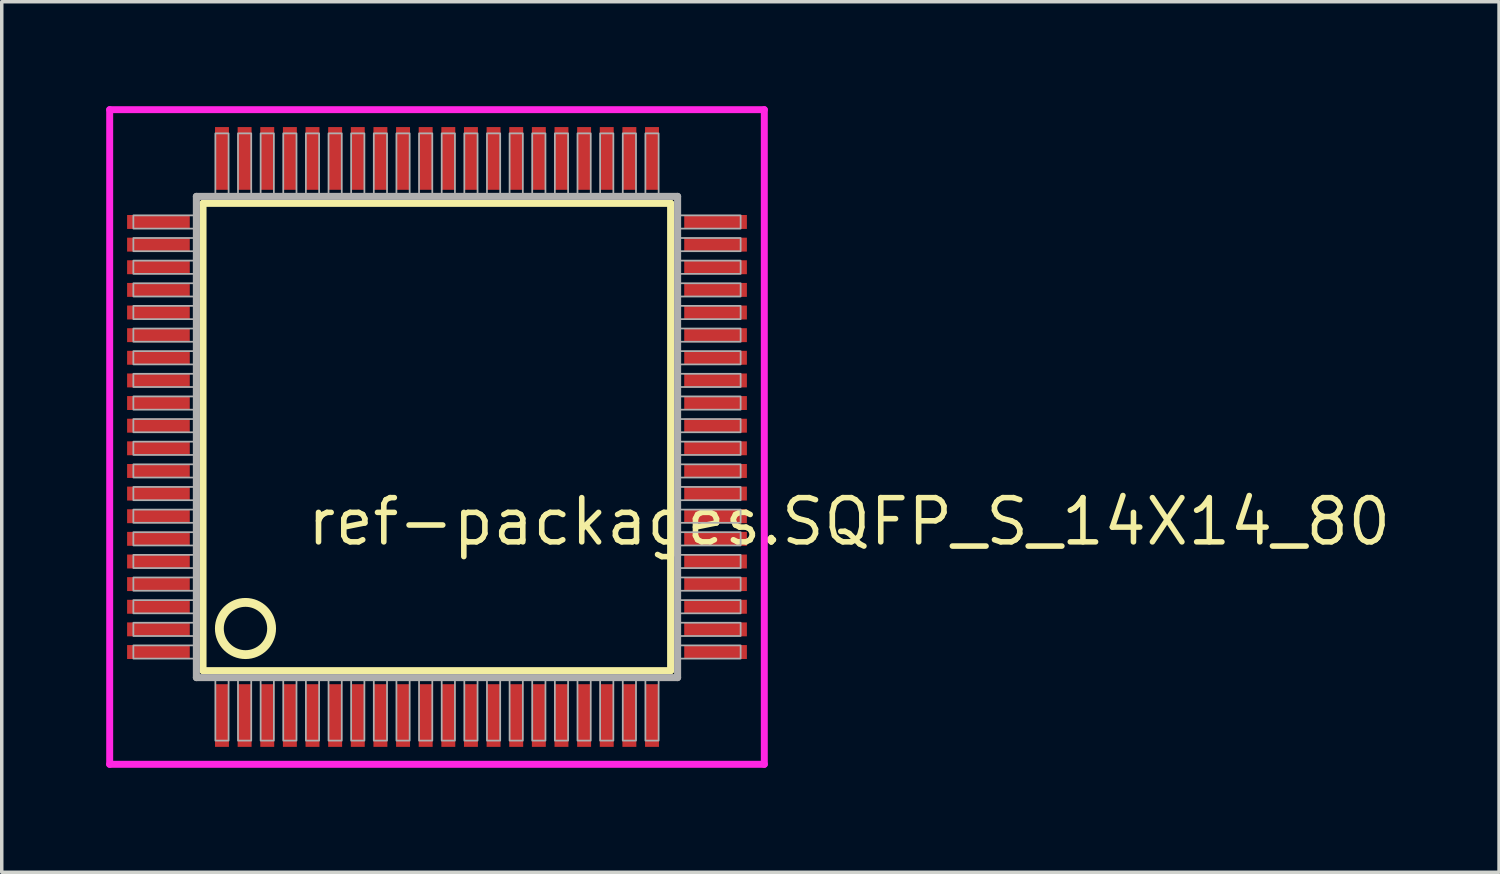
<source format=kicad_pcb>
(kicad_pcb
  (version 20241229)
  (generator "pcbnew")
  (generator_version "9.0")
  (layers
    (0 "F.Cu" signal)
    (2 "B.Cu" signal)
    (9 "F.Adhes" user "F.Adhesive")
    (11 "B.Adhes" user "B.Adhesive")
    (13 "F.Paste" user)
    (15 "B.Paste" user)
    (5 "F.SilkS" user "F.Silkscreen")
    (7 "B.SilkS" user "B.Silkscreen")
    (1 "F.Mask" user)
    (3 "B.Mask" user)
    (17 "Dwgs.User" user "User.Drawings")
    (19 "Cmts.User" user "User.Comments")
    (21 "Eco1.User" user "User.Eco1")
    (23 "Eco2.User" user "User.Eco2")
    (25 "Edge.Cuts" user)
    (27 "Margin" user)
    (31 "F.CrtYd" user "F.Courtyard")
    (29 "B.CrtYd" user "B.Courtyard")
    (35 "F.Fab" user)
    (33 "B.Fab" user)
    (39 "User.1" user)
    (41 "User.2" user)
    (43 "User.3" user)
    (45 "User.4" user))
  (footprint "ref-packages.SQFP_S_14X14_80"
    (layer "F.Cu")
    (at 9.5 9.5)
    (property "Reference" "ref-packages.SQFP_S_14X14_80" (at -3.81 3.175 0) (layer "F.SilkS") (effects (font (size 1.27 1.27) (thickness 0.16)) (justify left bottom)))
    (attr smd)
    (fp_line (start -6.72 -6.71) (end 6.71 -6.71) (stroke (width 0.203) (type default)) (layer "F.SilkS"))
    (fp_line (start -6.72 6.71) (end -6.72 -6.71) (stroke (width 0.203) (type default)) (layer "F.SilkS"))
    (fp_line (start 6.71 -6.71) (end 6.71 6.71) (stroke (width 0.203) (type default)) (layer "F.SilkS"))
    (fp_line (start 6.71 6.71) (end -6.72 6.71) (stroke (width 0.203) (type default)) (layer "F.SilkS"))
    (fp_circle (center -5.5 5.5) (end -4.75 5.5) (stroke (width 0.254) (type default)) (fill no) (layer "F.SilkS"))
    (fp_line (start -9.4 -9.4) (end 9.4 -9.4) (stroke (width 0.2) (type default)) (layer "F.CrtYd"))
    (fp_line (start -9.4 9.4) (end -9.4 -9.4) (stroke (width 0.2) (type default)) (layer "F.CrtYd"))
    (fp_line (start 9.4 -9.4) (end 9.4 9.4) (stroke (width 0.2) (type default)) (layer "F.CrtYd"))
    (fp_line (start 9.4 9.4) (end -9.4 9.4) (stroke (width 0.2) (type default)) (layer "F.CrtYd"))
    (fp_line (start -6.91 -6.91) (end -6.91 6.91) (stroke (width 0.203) (type default)) (layer "F.Fab"))
    (fp_line (start -6.91 6.91) (end 6.91 6.91) (stroke (width 0.203) (type default)) (layer "F.Fab"))
    (fp_line (start 6.91 -6.91) (end -6.91 -6.91) (stroke (width 0.203) (type default)) (layer "F.Fab"))
    (fp_line (start 6.91 6.91) (end 6.91 -6.91) (stroke (width 0.203) (type default)) (layer "F.Fab"))
    (fp_rect (start -8.72 -5.985) (end -6.95 -6.365) (stroke (width 0.05) (type default)) (fill no) (layer "F.Fab"))
    (fp_rect (start -8.72 -5.335) (end -6.95 -5.715) (stroke (width 0.05) (type default)) (fill no) (layer "F.Fab"))
    (fp_rect (start -8.72 -4.685) (end -6.95 -5.065) (stroke (width 0.05) (type default)) (fill no) (layer "F.Fab"))
    (fp_rect (start -8.72 -4.035) (end -6.95 -4.415) (stroke (width 0.05) (type default)) (fill no) (layer "F.Fab"))
    (fp_rect (start -8.72 -3.385) (end -6.95 -3.765) (stroke (width 0.05) (type default)) (fill no) (layer "F.Fab"))
    (fp_rect (start -8.72 -2.735) (end -6.95 -3.115) (stroke (width 0.05) (type default)) (fill no) (layer "F.Fab"))
    (fp_rect (start -8.72 -2.085) (end -6.95 -2.465) (stroke (width 0.05) (type default)) (fill no) (layer "F.Fab"))
    (fp_rect (start -8.72 -1.435) (end -6.95 -1.815) (stroke (width 0.05) (type default)) (fill no) (layer "F.Fab"))
    (fp_rect (start -8.72 -0.785) (end -6.95 -1.165) (stroke (width 0.05) (type default)) (fill no) (layer "F.Fab"))
    (fp_rect (start -8.72 -0.135) (end -6.95 -0.515) (stroke (width 0.05) (type default)) (fill no) (layer "F.Fab"))
    (fp_rect (start -8.72 0.515) (end -6.95 0.135) (stroke (width 0.05) (type default)) (fill no) (layer "F.Fab"))
    (fp_rect (start -8.72 1.165) (end -6.95 0.785) (stroke (width 0.05) (type default)) (fill no) (layer "F.Fab"))
    (fp_rect (start -8.72 1.815) (end -6.95 1.435) (stroke (width 0.05) (type default)) (fill no) (layer "F.Fab"))
    (fp_rect (start -8.72 2.465) (end -6.95 2.085) (stroke (width 0.05) (type default)) (fill no) (layer "F.Fab"))
    (fp_rect (start -8.72 3.115) (end -6.95 2.735) (stroke (width 0.05) (type default)) (fill no) (layer "F.Fab"))
    (fp_rect (start -8.72 3.765) (end -6.95 3.385) (stroke (width 0.05) (type default)) (fill no) (layer "F.Fab"))
    (fp_rect (start -8.72 4.415) (end -6.95 4.035) (stroke (width 0.05) (type default)) (fill no) (layer "F.Fab"))
    (fp_rect (start -8.72 5.065) (end -6.95 4.685) (stroke (width 0.05) (type default)) (fill no) (layer "F.Fab"))
    (fp_rect (start -8.72 5.715) (end -6.95 5.335) (stroke (width 0.05) (type default)) (fill no) (layer "F.Fab"))
    (fp_rect (start -8.72 6.365) (end -6.95 5.985) (stroke (width 0.05) (type default)) (fill no) (layer "F.Fab"))
    (fp_rect (start -6.365 -6.95) (end -5.985 -8.72) (stroke (width 0.05) (type default)) (fill no) (layer "F.Fab"))
    (fp_rect (start -6.365 8.72) (end -5.985 6.95) (stroke (width 0.05) (type default)) (fill no) (layer "F.Fab"))
    (fp_rect (start -5.715 -6.95) (end -5.335 -8.72) (stroke (width 0.05) (type default)) (fill no) (layer "F.Fab"))
    (fp_rect (start -5.715 8.72) (end -5.335 6.95) (stroke (width 0.05) (type default)) (fill no) (layer "F.Fab"))
    (fp_rect (start -5.065 -6.95) (end -4.685 -8.72) (stroke (width 0.05) (type default)) (fill no) (layer "F.Fab"))
    (fp_rect (start -5.065 8.72) (end -4.685 6.95) (stroke (width 0.05) (type default)) (fill no) (layer "F.Fab"))
    (fp_rect (start -4.415 -6.95) (end -4.035 -8.72) (stroke (width 0.05) (type default)) (fill no) (layer "F.Fab"))
    (fp_rect (start -4.415 8.72) (end -4.035 6.95) (stroke (width 0.05) (type default)) (fill no) (layer "F.Fab"))
    (fp_rect (start -3.765 -6.95) (end -3.385 -8.72) (stroke (width 0.05) (type default)) (fill no) (layer "F.Fab"))
    (fp_rect (start -3.765 8.72) (end -3.385 6.95) (stroke (width 0.05) (type default)) (fill no) (layer "F.Fab"))
    (fp_rect (start -3.115 -6.95) (end -2.735 -8.72) (stroke (width 0.05) (type default)) (fill no) (layer "F.Fab"))
    (fp_rect (start -3.115 8.72) (end -2.735 6.95) (stroke (width 0.05) (type default)) (fill no) (layer "F.Fab"))
    (fp_rect (start -2.465 -6.95) (end -2.085 -8.72) (stroke (width 0.05) (type default)) (fill no) (layer "F.Fab"))
    (fp_rect (start -2.465 8.72) (end -2.085 6.95) (stroke (width 0.05) (type default)) (fill no) (layer "F.Fab"))
    (fp_rect (start -1.815 -6.95) (end -1.435 -8.72) (stroke (width 0.05) (type default)) (fill no) (layer "F.Fab"))
    (fp_rect (start -1.815 8.72) (end -1.435 6.95) (stroke (width 0.05) (type default)) (fill no) (layer "F.Fab"))
    (fp_rect (start -1.165 -6.95) (end -0.785 -8.72) (stroke (width 0.05) (type default)) (fill no) (layer "F.Fab"))
    (fp_rect (start -1.165 8.72) (end -0.785 6.95) (stroke (width 0.05) (type default)) (fill no) (layer "F.Fab"))
    (fp_rect (start -0.515 -6.95) (end -0.135 -8.72) (stroke (width 0.05) (type default)) (fill no) (layer "F.Fab"))
    (fp_rect (start -0.515 8.72) (end -0.135 6.95) (stroke (width 0.05) (type default)) (fill no) (layer "F.Fab"))
    (fp_rect (start 0.135 -6.95) (end 0.515 -8.72) (stroke (width 0.05) (type default)) (fill no) (layer "F.Fab"))
    (fp_rect (start 0.135 8.72) (end 0.515 6.95) (stroke (width 0.05) (type default)) (fill no) (layer "F.Fab"))
    (fp_rect (start 0.785 -6.95) (end 1.165 -8.72) (stroke (width 0.05) (type default)) (fill no) (layer "F.Fab"))
    (fp_rect (start 0.785 8.72) (end 1.165 6.95) (stroke (width 0.05) (type default)) (fill no) (layer "F.Fab"))
    (fp_rect (start 1.435 -6.95) (end 1.815 -8.72) (stroke (width 0.05) (type default)) (fill no) (layer "F.Fab"))
    (fp_rect (start 1.435 8.72) (end 1.815 6.95) (stroke (width 0.05) (type default)) (fill no) (layer "F.Fab"))
    (fp_rect (start 2.085 -6.95) (end 2.465 -8.72) (stroke (width 0.05) (type default)) (fill no) (layer "F.Fab"))
    (fp_rect (start 2.085 8.72) (end 2.465 6.95) (stroke (width 0.05) (type default)) (fill no) (layer "F.Fab"))
    (fp_rect (start 2.735 -6.95) (end 3.115 -8.72) (stroke (width 0.05) (type default)) (fill no) (layer "F.Fab"))
    (fp_rect (start 2.735 8.72) (end 3.115 6.95) (stroke (width 0.05) (type default)) (fill no) (layer "F.Fab"))
    (fp_rect (start 3.385 -6.95) (end 3.765 -8.72) (stroke (width 0.05) (type default)) (fill no) (layer "F.Fab"))
    (fp_rect (start 3.385 8.72) (end 3.765 6.95) (stroke (width 0.05) (type default)) (fill no) (layer "F.Fab"))
    (fp_rect (start 4.035 -6.95) (end 4.415 -8.72) (stroke (width 0.05) (type default)) (fill no) (layer "F.Fab"))
    (fp_rect (start 4.035 8.72) (end 4.415 6.95) (stroke (width 0.05) (type default)) (fill no) (layer "F.Fab"))
    (fp_rect (start 4.685 -6.95) (end 5.065 -8.72) (stroke (width 0.05) (type default)) (fill no) (layer "F.Fab"))
    (fp_rect (start 4.685 8.72) (end 5.065 6.95) (stroke (width 0.05) (type default)) (fill no) (layer "F.Fab"))
    (fp_rect (start 5.335 -6.95) (end 5.715 -8.72) (stroke (width 0.05) (type default)) (fill no) (layer "F.Fab"))
    (fp_rect (start 5.335 8.72) (end 5.715 6.95) (stroke (width 0.05) (type default)) (fill no) (layer "F.Fab"))
    (fp_rect (start 5.985 -6.95) (end 6.365 -8.72) (stroke (width 0.05) (type default)) (fill no) (layer "F.Fab"))
    (fp_rect (start 5.985 8.72) (end 6.365 6.95) (stroke (width 0.05) (type default)) (fill no) (layer "F.Fab"))
    (fp_rect (start 6.95 -5.985) (end 8.72 -6.365) (stroke (width 0.05) (type default)) (fill no) (layer "F.Fab"))
    (fp_rect (start 6.95 -5.335) (end 8.72 -5.715) (stroke (width 0.05) (type default)) (fill no) (layer "F.Fab"))
    (fp_rect (start 6.95 -4.685) (end 8.72 -5.065) (stroke (width 0.05) (type default)) (fill no) (layer "F.Fab"))
    (fp_rect (start 6.95 -4.035) (end 8.72 -4.415) (stroke (width 0.05) (type default)) (fill no) (layer "F.Fab"))
    (fp_rect (start 6.95 -3.385) (end 8.72 -3.765) (stroke (width 0.05) (type default)) (fill no) (layer "F.Fab"))
    (fp_rect (start 6.95 -2.735) (end 8.72 -3.115) (stroke (width 0.05) (type default)) (fill no) (layer "F.Fab"))
    (fp_rect (start 6.95 -2.085) (end 8.72 -2.465) (stroke (width 0.05) (type default)) (fill no) (layer "F.Fab"))
    (fp_rect (start 6.95 -1.435) (end 8.72 -1.815) (stroke (width 0.05) (type default)) (fill no) (layer "F.Fab"))
    (fp_rect (start 6.95 -0.785) (end 8.72 -1.165) (stroke (width 0.05) (type default)) (fill no) (layer "F.Fab"))
    (fp_rect (start 6.95 -0.135) (end 8.72 -0.515) (stroke (width 0.05) (type default)) (fill no) (layer "F.Fab"))
    (fp_rect (start 6.95 0.515) (end 8.72 0.135) (stroke (width 0.05) (type default)) (fill no) (layer "F.Fab"))
    (fp_rect (start 6.95 1.165) (end 8.72 0.785) (stroke (width 0.05) (type default)) (fill no) (layer "F.Fab"))
    (fp_rect (start 6.95 1.815) (end 8.72 1.435) (stroke (width 0.05) (type default)) (fill no) (layer "F.Fab"))
    (fp_rect (start 6.95 2.465) (end 8.72 2.085) (stroke (width 0.05) (type default)) (fill no) (layer "F.Fab"))
    (fp_rect (start 6.95 3.115) (end 8.72 2.735) (stroke (width 0.05) (type default)) (fill no) (layer "F.Fab"))
    (fp_rect (start 6.95 3.765) (end 8.72 3.385) (stroke (width 0.05) (type default)) (fill no) (layer "F.Fab"))
    (fp_rect (start 6.95 4.415) (end 8.72 4.035) (stroke (width 0.05) (type default)) (fill no) (layer "F.Fab"))
    (fp_rect (start 6.95 5.065) (end 8.72 4.685) (stroke (width 0.05) (type default)) (fill no) (layer "F.Fab"))
    (fp_rect (start 6.95 5.715) (end 8.72 5.335) (stroke (width 0.05) (type default)) (fill no) (layer "F.Fab"))
    (fp_rect (start 6.95 6.365) (end 8.72 5.985) (stroke (width 0.05) (type default)) (fill no) (layer "F.Fab"))
    (pad "1" smd roundrect (at -6.175 8) (size 0.4 1.8) (layers "F.Cu" "F.Mask" "F.Paste") (roundrect_rratio 0.01))
    (pad "2" smd roundrect (at -5.525 8) (size 0.4 1.8) (layers "F.Cu" "F.Mask" "F.Paste") (roundrect_rratio 0.01))
    (pad "3" smd roundrect (at -4.875 8) (size 0.4 1.8) (layers "F.Cu" "F.Mask" "F.Paste") (roundrect_rratio 0.01))
    (pad "4" smd roundrect (at -4.225 8) (size 0.4 1.8) (layers "F.Cu" "F.Mask" "F.Paste") (roundrect_rratio 0.01))
    (pad "5" smd roundrect (at -3.575 8) (size 0.4 1.8) (layers "F.Cu" "F.Mask" "F.Paste") (roundrect_rratio 0.01))
    (pad "6" smd roundrect (at -2.925 8) (size 0.4 1.8) (layers "F.Cu" "F.Mask" "F.Paste") (roundrect_rratio 0.01))
    (pad "7" smd roundrect (at -2.275 8) (size 0.4 1.8) (layers "F.Cu" "F.Mask" "F.Paste") (roundrect_rratio 0.01))
    (pad "8" smd roundrect (at -1.625 8) (size 0.4 1.8) (layers "F.Cu" "F.Mask" "F.Paste") (roundrect_rratio 0.01))
    (pad "9" smd roundrect (at -0.975 8) (size 0.4 1.8) (layers "F.Cu" "F.Mask" "F.Paste") (roundrect_rratio 0.01))
    (pad "10" smd roundrect (at -0.325 8) (size 0.4 1.8) (layers "F.Cu" "F.Mask" "F.Paste") (roundrect_rratio 0.01))
    (pad "11" smd roundrect (at 0.325 8) (size 0.4 1.8) (layers "F.Cu" "F.Mask" "F.Paste") (roundrect_rratio 0.01))
    (pad "12" smd roundrect (at 0.975 8) (size 0.4 1.8) (layers "F.Cu" "F.Mask" "F.Paste") (roundrect_rratio 0.01))
    (pad "13" smd roundrect (at 1.625 8) (size 0.4 1.8) (layers "F.Cu" "F.Mask" "F.Paste") (roundrect_rratio 0.01))
    (pad "14" smd roundrect (at 2.275 8) (size 0.4 1.8) (layers "F.Cu" "F.Mask" "F.Paste") (roundrect_rratio 0.01))
    (pad "15" smd roundrect (at 2.925 8) (size 0.4 1.8) (layers "F.Cu" "F.Mask" "F.Paste") (roundrect_rratio 0.01))
    (pad "16" smd roundrect (at 3.575 8) (size 0.4 1.8) (layers "F.Cu" "F.Mask" "F.Paste") (roundrect_rratio 0.01))
    (pad "17" smd roundrect (at 4.225 8) (size 0.4 1.8) (layers "F.Cu" "F.Mask" "F.Paste") (roundrect_rratio 0.01))
    (pad "18" smd roundrect (at 4.875 8) (size 0.4 1.8) (layers "F.Cu" "F.Mask" "F.Paste") (roundrect_rratio 0.01))
    (pad "19" smd roundrect (at 5.525 8) (size 0.4 1.8) (layers "F.Cu" "F.Mask" "F.Paste") (roundrect_rratio 0.01))
    (pad "20" smd roundrect (at 6.175 8) (size 0.4 1.8) (layers "F.Cu" "F.Mask" "F.Paste") (roundrect_rratio 0.01))
    (pad "21" smd roundrect (at 8 6.175) (size 1.8 0.4) (layers "F.Cu" "F.Mask" "F.Paste") (roundrect_rratio 0.01))
    (pad "22" smd roundrect (at 8 5.525) (size 1.8 0.4) (layers "F.Cu" "F.Mask" "F.Paste") (roundrect_rratio 0.01))
    (pad "23" smd roundrect (at 8 4.875) (size 1.8 0.4) (layers "F.Cu" "F.Mask" "F.Paste") (roundrect_rratio 0.01))
    (pad "24" smd roundrect (at 8 4.225) (size 1.8 0.4) (layers "F.Cu" "F.Mask" "F.Paste") (roundrect_rratio 0.01))
    (pad "25" smd roundrect (at 8 3.575) (size 1.8 0.4) (layers "F.Cu" "F.Mask" "F.Paste") (roundrect_rratio 0.01))
    (pad "26" smd roundrect (at 8 2.925) (size 1.8 0.4) (layers "F.Cu" "F.Mask" "F.Paste") (roundrect_rratio 0.01))
    (pad "27" smd roundrect (at 8 2.275) (size 1.8 0.4) (layers "F.Cu" "F.Mask" "F.Paste") (roundrect_rratio 0.01))
    (pad "28" smd roundrect (at 8 1.625) (size 1.8 0.4) (layers "F.Cu" "F.Mask" "F.Paste") (roundrect_rratio 0.01))
    (pad "29" smd roundrect (at 8 0.975) (size 1.8 0.4) (layers "F.Cu" "F.Mask" "F.Paste") (roundrect_rratio 0.01))
    (pad "30" smd roundrect (at 8 0.325) (size 1.8 0.4) (layers "F.Cu" "F.Mask" "F.Paste") (roundrect_rratio 0.01))
    (pad "31" smd roundrect (at 8 -0.325) (size 1.8 0.4) (layers "F.Cu" "F.Mask" "F.Paste") (roundrect_rratio 0.01))
    (pad "32" smd roundrect (at 8 -0.975) (size 1.8 0.4) (layers "F.Cu" "F.Mask" "F.Paste") (roundrect_rratio 0.01))
    (pad "33" smd roundrect (at 8 -1.625) (size 1.8 0.4) (layers "F.Cu" "F.Mask" "F.Paste") (roundrect_rratio 0.01))
    (pad "34" smd roundrect (at 8 -2.275) (size 1.8 0.4) (layers "F.Cu" "F.Mask" "F.Paste") (roundrect_rratio 0.01))
    (pad "35" smd roundrect (at 8 -2.925) (size 1.8 0.4) (layers "F.Cu" "F.Mask" "F.Paste") (roundrect_rratio 0.01))
    (pad "36" smd roundrect (at 8 -3.575) (size 1.8 0.4) (layers "F.Cu" "F.Mask" "F.Paste") (roundrect_rratio 0.01))
    (pad "37" smd roundrect (at 8 -4.225) (size 1.8 0.4) (layers "F.Cu" "F.Mask" "F.Paste") (roundrect_rratio 0.01))
    (pad "38" smd roundrect (at 8 -4.875) (size 1.8 0.4) (layers "F.Cu" "F.Mask" "F.Paste") (roundrect_rratio 0.01))
    (pad "39" smd roundrect (at 8 -5.525) (size 1.8 0.4) (layers "F.Cu" "F.Mask" "F.Paste") (roundrect_rratio 0.01))
    (pad "40" smd roundrect (at 8 -6.175) (size 1.8 0.4) (layers "F.Cu" "F.Mask" "F.Paste") (roundrect_rratio 0.01))
    (pad "41" smd roundrect (at 6.175 -8) (size 0.4 1.8) (layers "F.Cu" "F.Mask" "F.Paste") (roundrect_rratio 0.01))
    (pad "42" smd roundrect (at 5.525 -8) (size 0.4 1.8) (layers "F.Cu" "F.Mask" "F.Paste") (roundrect_rratio 0.01))
    (pad "43" smd roundrect (at 4.875 -8) (size 0.4 1.8) (layers "F.Cu" "F.Mask" "F.Paste") (roundrect_rratio 0.01))
    (pad "44" smd roundrect (at 4.225 -8) (size 0.4 1.8) (layers "F.Cu" "F.Mask" "F.Paste") (roundrect_rratio 0.01))
    (pad "45" smd roundrect (at 3.575 -8) (size 0.4 1.8) (layers "F.Cu" "F.Mask" "F.Paste") (roundrect_rratio 0.01))
    (pad "46" smd roundrect (at 2.925 -8) (size 0.4 1.8) (layers "F.Cu" "F.Mask" "F.Paste") (roundrect_rratio 0.01))
    (pad "47" smd roundrect (at 2.275 -8) (size 0.4 1.8) (layers "F.Cu" "F.Mask" "F.Paste") (roundrect_rratio 0.01))
    (pad "48" smd roundrect (at 1.625 -8) (size 0.4 1.8) (layers "F.Cu" "F.Mask" "F.Paste") (roundrect_rratio 0.01))
    (pad "49" smd roundrect (at 0.975 -8) (size 0.4 1.8) (layers "F.Cu" "F.Mask" "F.Paste") (roundrect_rratio 0.01))
    (pad "50" smd roundrect (at 0.325 -8) (size 0.4 1.8) (layers "F.Cu" "F.Mask" "F.Paste") (roundrect_rratio 0.01))
    (pad "51" smd roundrect (at -0.325 -8) (size 0.4 1.8) (layers "F.Cu" "F.Mask" "F.Paste") (roundrect_rratio 0.01))
    (pad "52" smd roundrect (at -0.975 -8) (size 0.4 1.8) (layers "F.Cu" "F.Mask" "F.Paste") (roundrect_rratio 0.01))
    (pad "53" smd roundrect (at -1.625 -8) (size 0.4 1.8) (layers "F.Cu" "F.Mask" "F.Paste") (roundrect_rratio 0.01))
    (pad "54" smd roundrect (at -2.275 -8) (size 0.4 1.8) (layers "F.Cu" "F.Mask" "F.Paste") (roundrect_rratio 0.01))
    (pad "55" smd roundrect (at -2.925 -8) (size 0.4 1.8) (layers "F.Cu" "F.Mask" "F.Paste") (roundrect_rratio 0.01))
    (pad "56" smd roundrect (at -3.575 -8) (size 0.4 1.8) (layers "F.Cu" "F.Mask" "F.Paste") (roundrect_rratio 0.01))
    (pad "57" smd roundrect (at -4.225 -8) (size 0.4 1.8) (layers "F.Cu" "F.Mask" "F.Paste") (roundrect_rratio 0.01))
    (pad "58" smd roundrect (at -4.875 -8) (size 0.4 1.8) (layers "F.Cu" "F.Mask" "F.Paste") (roundrect_rratio 0.01))
    (pad "59" smd roundrect (at -5.525 -8) (size 0.4 1.8) (layers "F.Cu" "F.Mask" "F.Paste") (roundrect_rratio 0.01))
    (pad "60" smd roundrect (at -6.175 -8) (size 0.4 1.8) (layers "F.Cu" "F.Mask" "F.Paste") (roundrect_rratio 0.01))
    (pad "61" smd roundrect (at -8 -6.175) (size 1.8 0.4) (layers "F.Cu" "F.Mask" "F.Paste") (roundrect_rratio 0.01))
    (pad "62" smd roundrect (at -8 -5.525) (size 1.8 0.4) (layers "F.Cu" "F.Mask" "F.Paste") (roundrect_rratio 0.01))
    (pad "63" smd roundrect (at -8 -4.875) (size 1.8 0.4) (layers "F.Cu" "F.Mask" "F.Paste") (roundrect_rratio 0.01))
    (pad "64" smd roundrect (at -8 -4.225) (size 1.8 0.4) (layers "F.Cu" "F.Mask" "F.Paste") (roundrect_rratio 0.01))
    (pad "65" smd roundrect (at -8 -3.575) (size 1.8 0.4) (layers "F.Cu" "F.Mask" "F.Paste") (roundrect_rratio 0.01))
    (pad "66" smd roundrect (at -8 -2.925) (size 1.8 0.4) (layers "F.Cu" "F.Mask" "F.Paste") (roundrect_rratio 0.01))
    (pad "67" smd roundrect (at -8 -2.275) (size 1.8 0.4) (layers "F.Cu" "F.Mask" "F.Paste") (roundrect_rratio 0.01))
    (pad "68" smd roundrect (at -8 -1.625) (size 1.8 0.4) (layers "F.Cu" "F.Mask" "F.Paste") (roundrect_rratio 0.01))
    (pad "69" smd roundrect (at -8 -0.975) (size 1.8 0.4) (layers "F.Cu" "F.Mask" "F.Paste") (roundrect_rratio 0.01))
    (pad "70" smd roundrect (at -8 -0.325) (size 1.8 0.4) (layers "F.Cu" "F.Mask" "F.Paste") (roundrect_rratio 0.01))
    (pad "71" smd roundrect (at -8 0.325) (size 1.8 0.4) (layers "F.Cu" "F.Mask" "F.Paste") (roundrect_rratio 0.01))
    (pad "72" smd roundrect (at -8 0.975) (size 1.8 0.4) (layers "F.Cu" "F.Mask" "F.Paste") (roundrect_rratio 0.01))
    (pad "73" smd roundrect (at -8 1.625) (size 1.8 0.4) (layers "F.Cu" "F.Mask" "F.Paste") (roundrect_rratio 0.01))
    (pad "74" smd roundrect (at -8 2.275) (size 1.8 0.4) (layers "F.Cu" "F.Mask" "F.Paste") (roundrect_rratio 0.01))
    (pad "75" smd roundrect (at -8 2.925) (size 1.8 0.4) (layers "F.Cu" "F.Mask" "F.Paste") (roundrect_rratio 0.01))
    (pad "76" smd roundrect (at -8 3.575) (size 1.8 0.4) (layers "F.Cu" "F.Mask" "F.Paste") (roundrect_rratio 0.01))
    (pad "77" smd roundrect (at -8 4.225) (size 1.8 0.4) (layers "F.Cu" "F.Mask" "F.Paste") (roundrect_rratio 0.01))
    (pad "78" smd roundrect (at -8 4.875) (size 1.8 0.4) (layers "F.Cu" "F.Mask" "F.Paste") (roundrect_rratio 0.01))
    (pad "79" smd roundrect (at -8 5.525) (size 1.8 0.4) (layers "F.Cu" "F.Mask" "F.Paste") (roundrect_rratio 0.01))
    (pad "80" smd roundrect (at -8 6.175) (size 1.8 0.4) (layers "F.Cu" "F.Mask" "F.Paste") (roundrect_rratio 0.01)))
  (gr_rect
    (start -3 -3)
    (end 40.001 22)
    (stroke (width 0.1) (type default))
    (fill no)
    (layer "Edge.Cuts")))
</source>
